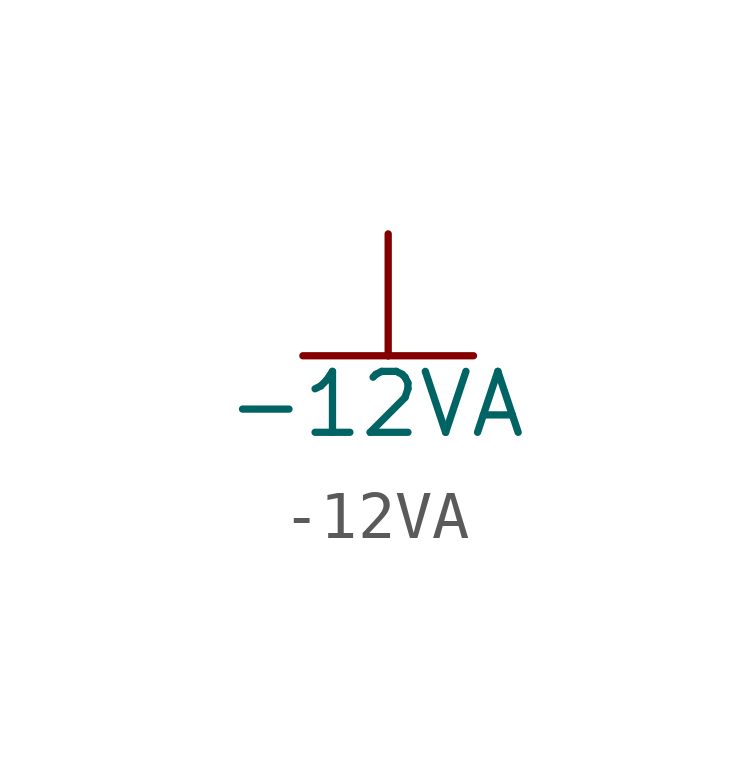
<source format=kicad_sym>
(kicad_symbol_lib
  (version 20231120)
  (generator "kicad_symbol_editor")
  (generator_version "8.0")
  (symbol "-12VA"
    (power)
    (pin_numbers hide)
    (pin_names
      (offset 0) hide)
    (property "Reference" "#PWR"
      (at 0 -7.112 0)
      (effects (font (size 1.27 1.27)) (hide yes)))
    (property "Value" "-12VA"
      (at -0.254 -3.556 0)
      (effects (font (size 1.27 1.27))))
    (property "Footprint" ""
      (at 0 0 0)
      (effects (font (size 1.524 1.524))))
    (property "Datasheet" ""
      (at 0 0 0)
      (effects (font (size 1.524 1.524))))
    (symbol "-12VA_0_1"
      (polyline (pts (xy -1.778 -2.54) (xy 0 -2.54)) (stroke (width 0) (type default)) (fill (type none)))
      (polyline (pts (xy 0 -2.54) (xy 0 0)) (stroke (width 0) (type default)) (fill (type none)))
      (polyline (pts (xy 0 -2.54) (xy 1.778 -2.54)) (stroke (width 0) (type default)) (fill (type none))))
    (symbol "-12VA_1_1"
      (pin power_in line (at 0 0 270) (length 0) hide (name "-12VA" (effects (font (size 1.27 1.27)))) (number "1" (effects (font (size 1.27 1.27))))))))
</source>
